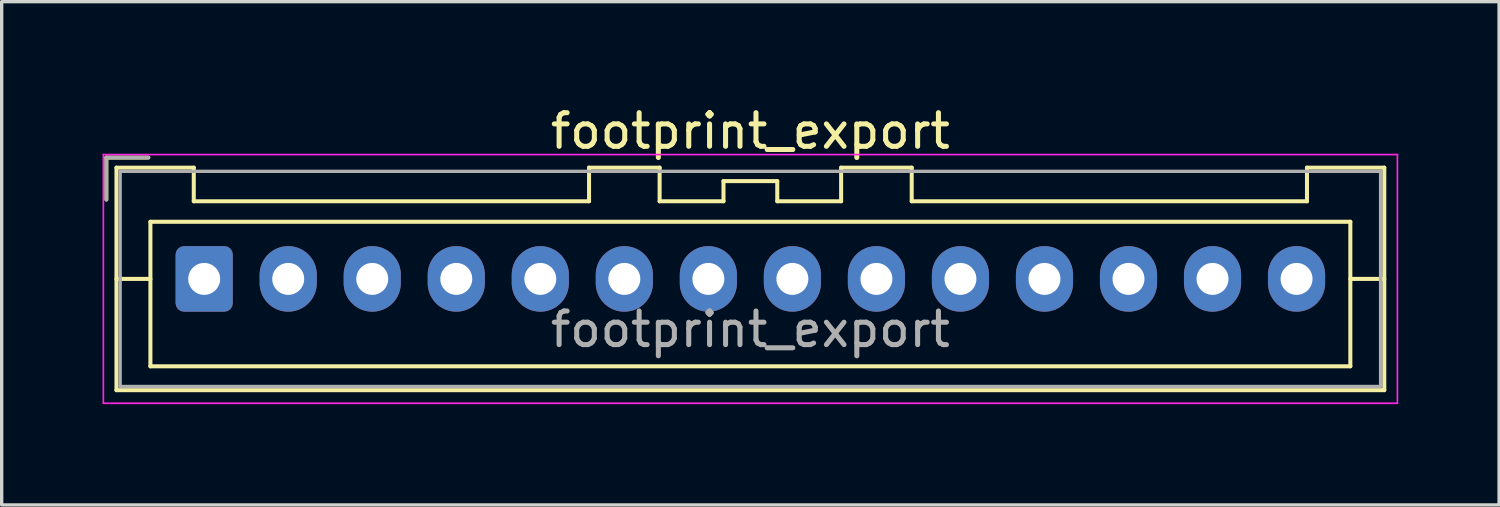
<source format=kicad_pcb>
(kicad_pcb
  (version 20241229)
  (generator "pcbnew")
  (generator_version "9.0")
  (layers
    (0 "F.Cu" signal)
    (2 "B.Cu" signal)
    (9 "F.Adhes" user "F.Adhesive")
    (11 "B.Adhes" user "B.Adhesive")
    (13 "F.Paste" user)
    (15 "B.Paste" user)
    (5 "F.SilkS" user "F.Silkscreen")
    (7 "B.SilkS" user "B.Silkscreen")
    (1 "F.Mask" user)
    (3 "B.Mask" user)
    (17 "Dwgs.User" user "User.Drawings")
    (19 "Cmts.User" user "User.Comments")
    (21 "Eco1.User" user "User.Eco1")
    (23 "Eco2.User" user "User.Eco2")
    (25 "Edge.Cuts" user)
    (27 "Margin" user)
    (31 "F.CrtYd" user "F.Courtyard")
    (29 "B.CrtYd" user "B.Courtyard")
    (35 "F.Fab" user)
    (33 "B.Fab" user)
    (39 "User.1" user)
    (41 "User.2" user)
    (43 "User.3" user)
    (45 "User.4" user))
  (footprint "footprint_export"
    (layer "F.Cu")
    (at 3.025 5.248)
    (property "Reference" "footprint_export" (at 16.25 -4.4 0) (layer "F.SilkS") (effects (font (size 1 1) (thickness 0.15))))
    (attr through_hole)
    (fp_line (start -2.91 -3.61) (end -2.91 -2.36) (stroke (width 0.12) (type solid)) (layer "F.SilkS"))
    (fp_line (start -2.61 -3.31) (end -2.61 3.31) (stroke (width 0.12) (type solid)) (layer "F.SilkS"))
    (fp_line (start -2.61 0) (end -1.6 0) (stroke (width 0.12) (type solid)) (layer "F.SilkS"))
    (fp_line (start -2.61 3.31) (end 35.11 3.31) (stroke (width 0.12) (type solid)) (layer "F.SilkS"))
    (fp_line (start -1.66 -3.61) (end -2.91 -3.61) (stroke (width 0.12) (type solid)) (layer "F.SilkS"))
    (fp_line (start -1.6 -1.7) (end -1.6 2.6) (stroke (width 0.12) (type solid)) (layer "F.SilkS"))
    (fp_line (start -1.6 2.6) (end 34.1 2.6) (stroke (width 0.12) (type solid)) (layer "F.SilkS"))
    (fp_line (start -0.31 -3.31) (end -2.61 -3.31) (stroke (width 0.12) (type solid)) (layer "F.SilkS"))
    (fp_line (start -0.31 -2.31) (end -0.31 -3.31) (stroke (width 0.12) (type solid)) (layer "F.SilkS"))
    (fp_line (start 11.45 -3.31) (end 11.45 -2.31) (stroke (width 0.12) (type solid)) (layer "F.SilkS"))
    (fp_line (start 11.45 -2.31) (end -0.31 -2.31) (stroke (width 0.12) (type solid)) (layer "F.SilkS"))
    (fp_line (start 13.55 -3.31) (end 11.45 -3.31) (stroke (width 0.12) (type solid)) (layer "F.SilkS"))
    (fp_line (start 13.55 -2.31) (end 13.55 -3.31) (stroke (width 0.12) (type solid)) (layer "F.SilkS"))
    (fp_line (start 15.45 -2.91) (end 15.45 -2.31) (stroke (width 0.12) (type solid)) (layer "F.SilkS"))
    (fp_line (start 15.45 -2.31) (end 13.55 -2.31) (stroke (width 0.12) (type solid)) (layer "F.SilkS"))
    (fp_line (start 17.05 -2.91) (end 15.45 -2.91) (stroke (width 0.12) (type solid)) (layer "F.SilkS"))
    (fp_line (start 17.05 -2.31) (end 17.05 -2.91) (stroke (width 0.12) (type solid)) (layer "F.SilkS"))
    (fp_line (start 18.95 -3.31) (end 18.95 -2.31) (stroke (width 0.12) (type solid)) (layer "F.SilkS"))
    (fp_line (start 18.95 -2.31) (end 17.05 -2.31) (stroke (width 0.12) (type solid)) (layer "F.SilkS"))
    (fp_line (start 21.05 -3.31) (end 18.95 -3.31) (stroke (width 0.12) (type solid)) (layer "F.SilkS"))
    (fp_line (start 21.05 -2.31) (end 21.05 -3.31) (stroke (width 0.12) (type solid)) (layer "F.SilkS"))
    (fp_line (start 32.81 -3.31) (end 32.81 -2.31) (stroke (width 0.12) (type solid)) (layer "F.SilkS"))
    (fp_line (start 32.81 -2.31) (end 21.05 -2.31) (stroke (width 0.12) (type solid)) (layer "F.SilkS"))
    (fp_line (start 34.1 -1.7) (end -1.6 -1.7) (stroke (width 0.12) (type solid)) (layer "F.SilkS"))
    (fp_line (start 34.1 2.6) (end 34.1 -1.7) (stroke (width 0.12) (type solid)) (layer "F.SilkS"))
    (fp_line (start 35.11 -3.31) (end 32.81 -3.31) (stroke (width 0.12) (type solid)) (layer "F.SilkS"))
    (fp_line (start 35.11 0) (end 34.1 0) (stroke (width 0.12) (type solid)) (layer "F.SilkS"))
    (fp_line (start 35.11 3.31) (end 35.11 -3.31) (stroke (width 0.12) (type solid)) (layer "F.SilkS"))
    (fp_line (start -3 -3.7) (end -3 3.7) (stroke (width 0.05) (type solid)) (layer "F.CrtYd"))
    (fp_line (start -3 3.7) (end 35.5 3.7) (stroke (width 0.05) (type solid)) (layer "F.CrtYd"))
    (fp_line (start 35.5 -3.7) (end -3 -3.7) (stroke (width 0.05) (type solid)) (layer "F.CrtYd"))
    (fp_line (start 35.5 3.7) (end 35.5 -3.7) (stroke (width 0.05) (type solid)) (layer "F.CrtYd"))
    (fp_line (start -2.91 -3.61) (end -2.91 -2.36) (stroke (width 0.1) (type solid)) (layer "F.Fab"))
    (fp_line (start -2.5 -3.2) (end -2.5 3.2) (stroke (width 0.1) (type solid)) (layer "F.Fab"))
    (fp_line (start -2.5 3.2) (end 35 3.2) (stroke (width 0.1) (type solid)) (layer "F.Fab"))
    (fp_line (start -1.66 -3.61) (end -2.91 -3.61) (stroke (width 0.1) (type solid)) (layer "F.Fab"))
    (fp_line (start 35 -3.2) (end -2.5 -3.2) (stroke (width 0.1) (type solid)) (layer "F.Fab"))
    (fp_line (start 35 3.2) (end 35 -3.2) (stroke (width 0.1) (type solid)) (layer "F.Fab"))
    (fp_text user "${REFERENCE}" (at 16.25 1.5 0) (layer "F.Fab") (effects (font (size 1 1) (thickness 0.15))))
    (pad "1" thru_hole roundrect (at 0 0) (size 1.7 1.95) (drill 0.95) (layers "*.Cu" "*.Mask") (roundrect_rratio 0.147))
    (pad "2" thru_hole oval (at 2.5 0) (size 1.7 1.95) (drill 0.95) (layers "*.Cu" "*.Mask"))
    (pad "3" thru_hole oval (at 5 0) (size 1.7 1.95) (drill 0.95) (layers "*.Cu" "*.Mask"))
    (pad "4" thru_hole oval (at 7.5 0) (size 1.7 1.95) (drill 0.95) (layers "*.Cu" "*.Mask"))
    (pad "5" thru_hole oval (at 10 0) (size 1.7 1.95) (drill 0.95) (layers "*.Cu" "*.Mask"))
    (pad "6" thru_hole oval (at 12.5 0) (size 1.7 1.95) (drill 0.95) (layers "*.Cu" "*.Mask"))
    (pad "7" thru_hole oval (at 15 0) (size 1.7 1.95) (drill 0.95) (layers "*.Cu" "*.Mask"))
    (pad "8" thru_hole oval (at 17.5 0) (size 1.7 1.95) (drill 0.95) (layers "*.Cu" "*.Mask"))
    (pad "9" thru_hole oval (at 20 0) (size 1.7 1.95) (drill 0.95) (layers "*.Cu" "*.Mask"))
    (pad "10" thru_hole oval (at 22.5 0) (size 1.7 1.95) (drill 0.95) (layers "*.Cu" "*.Mask"))
    (pad "11" thru_hole oval (at 25 0) (size 1.7 1.95) (drill 0.95) (layers "*.Cu" "*.Mask"))
    (pad "12" thru_hole oval (at 27.5 0) (size 1.7 1.95) (drill 0.95) (layers "*.Cu" "*.Mask"))
    (pad "13" thru_hole oval (at 30 0) (size 1.7 1.95) (drill 0.95) (layers "*.Cu" "*.Mask"))
    (pad "14" thru_hole oval (at 32.5 0) (size 1.7 1.95) (drill 0.95) (layers "*.Cu" "*.Mask")))
  (gr_rect
    (start -3 -3)
    (end 41.55 11.973)
    (stroke (width 0.1) (type default))
    (fill no)
    (layer "Edge.Cuts")))
</source>
